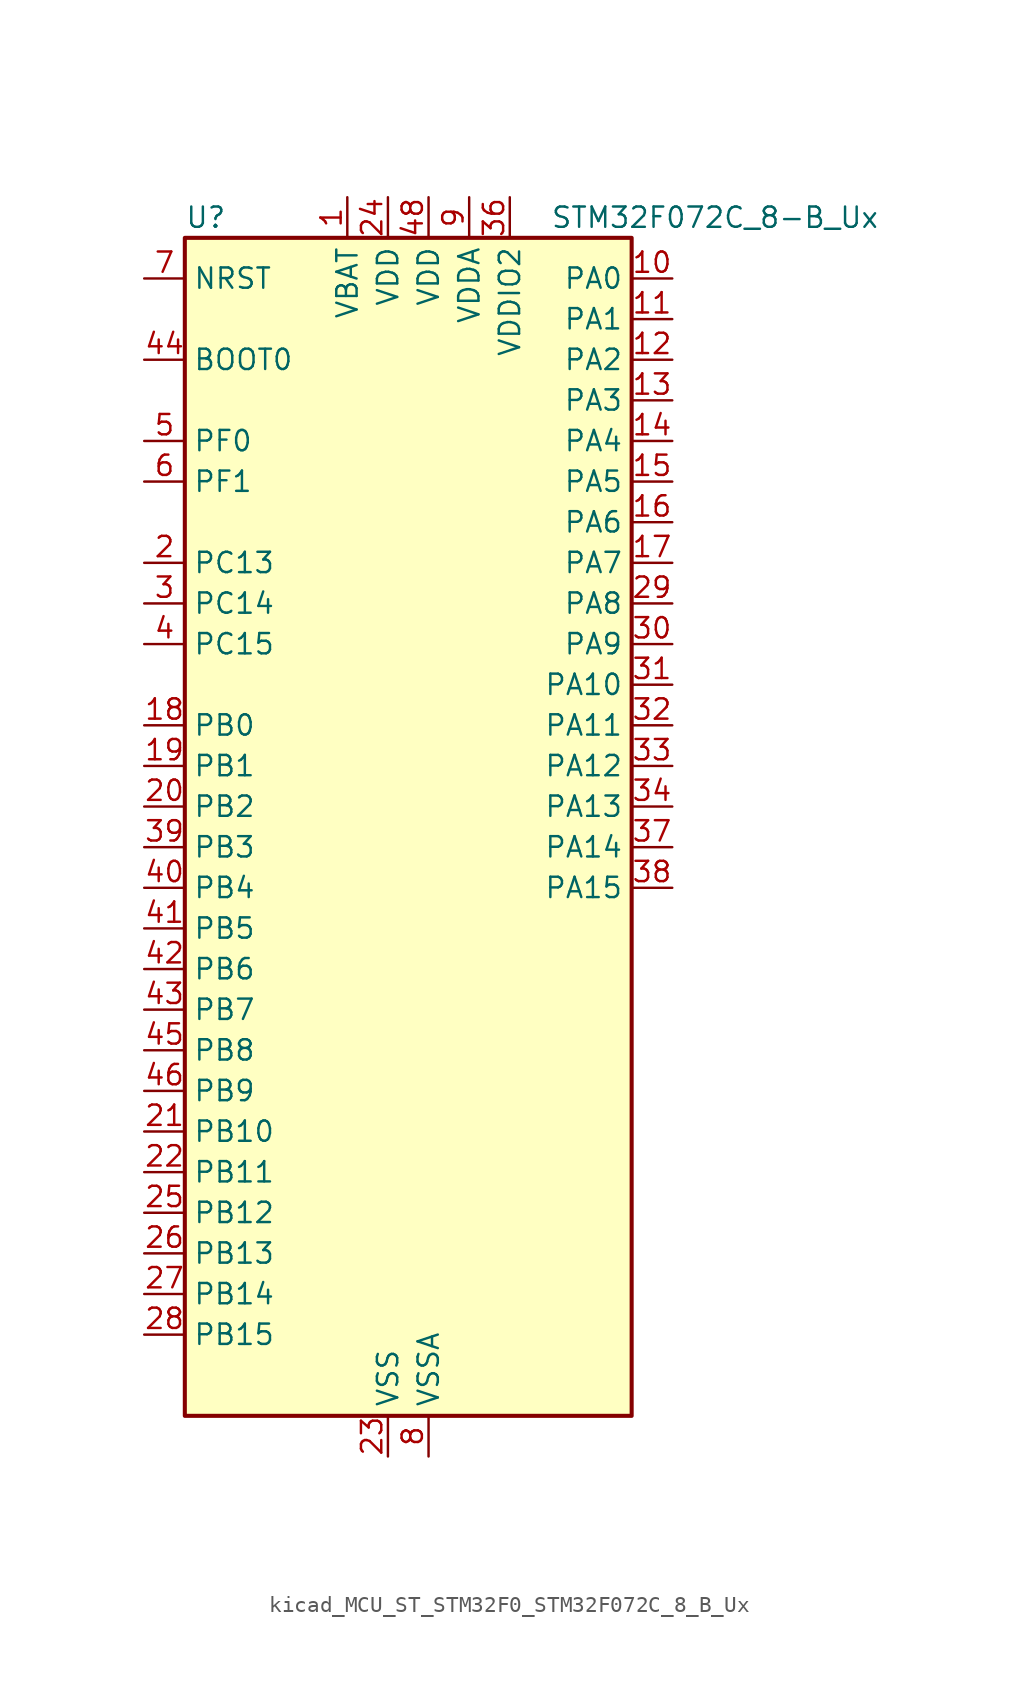
<source format=kicad_sym>
(kicad_symbol_lib
  (version 20220914)
  (generator kicad_symbol_editor)
  (symbol "kicad_MCU_ST_STM32F0_STM32F072C_8_B_Ux"
    (property "Reference" "U"
      (at -12.7 39.37 0)
      (effects (font (size 1.27 1.27)) (justify left)))
    (property "Value" "STM32F072C_8-B_Ux"
      (at 10.16 39.37 0)
      (effects (font (size 1.27 1.27)) (justify left)))
    (property "ki_locked" ""
      (at 0 0 0)
      (effects (font (size 1.27 1.27))))
    (symbol "kicad_MCU_ST_STM32F0_STM32F072C_8_B_Ux_0_1"
      (rectangle (start -12.7 -35.56) (end 15.24 38.1) (stroke (width 0.254) (type default)) (fill (type background))))
    (symbol "kicad_MCU_ST_STM32F0_STM32F072C_8_B_Ux_1_1"
      (pin power_in line (at -2.54 40.64 270) (length 2.54) (name "VBAT" (effects (font (size 1.27 1.27)))) (number "1" (effects (font (size 1.27 1.27)))))
      (pin bidirectional line (at 17.78 35.56 180) (length 2.54) (name "PA0" (effects (font (size 1.27 1.27)))) (number "10" (effects (font (size 1.27 1.27)))) (alternate "ADC_IN0" bidirectional line) (alternate "COMP1_INM" bidirectional line) (alternate "COMP1_OUT" bidirectional line) (alternate "RTC_TAMP2" bidirectional line) (alternate "SYS_WKUP1" bidirectional line) (alternate "TIM2_CH1" bidirectional line) (alternate "TIM2_ETR" bidirectional line) (alternate "TSC_G1_IO1" bidirectional line) (alternate "USART2_CTS" bidirectional line) (alternate "USART4_TX" bidirectional line))
      (pin bidirectional line (at 17.78 33.02 180) (length 2.54) (name "PA1" (effects (font (size 1.27 1.27)))) (number "11" (effects (font (size 1.27 1.27)))) (alternate "ADC_IN1" bidirectional line) (alternate "COMP1_INP" bidirectional line) (alternate "TIM15_CH1N" bidirectional line) (alternate "TIM2_CH2" bidirectional line) (alternate "TSC_G1_IO2" bidirectional line) (alternate "USART2_DE" bidirectional line) (alternate "USART2_RTS" bidirectional line) (alternate "USART4_RX" bidirectional line))
      (pin bidirectional line (at 17.78 30.48 180) (length 2.54) (name "PA2" (effects (font (size 1.27 1.27)))) (number "12" (effects (font (size 1.27 1.27)))) (alternate "ADC_IN2" bidirectional line) (alternate "COMP2_INM" bidirectional line) (alternate "COMP2_OUT" bidirectional line) (alternate "SYS_WKUP4" bidirectional line) (alternate "TIM15_CH1" bidirectional line) (alternate "TIM2_CH3" bidirectional line) (alternate "TSC_G1_IO3" bidirectional line) (alternate "USART2_TX" bidirectional line))
      (pin bidirectional line (at 17.78 27.94 180) (length 2.54) (name "PA3" (effects (font (size 1.27 1.27)))) (number "13" (effects (font (size 1.27 1.27)))) (alternate "ADC_IN3" bidirectional line) (alternate "COMP2_INP" bidirectional line) (alternate "TIM15_CH2" bidirectional line) (alternate "TIM2_CH4" bidirectional line) (alternate "TSC_G1_IO4" bidirectional line) (alternate "USART2_RX" bidirectional line))
      (pin bidirectional line (at 17.78 25.4 180) (length 2.54) (name "PA4" (effects (font (size 1.27 1.27)))) (number "14" (effects (font (size 1.27 1.27)))) (alternate "ADC_IN4" bidirectional line) (alternate "COMP1_INM" bidirectional line) (alternate "COMP2_INM" bidirectional line) (alternate "DAC_OUT1" bidirectional line) (alternate "I2S1_WS" bidirectional line) (alternate "SPI1_NSS" bidirectional line) (alternate "TIM14_CH1" bidirectional line) (alternate "TSC_G2_IO1" bidirectional line) (alternate "USART2_CK" bidirectional line))
      (pin bidirectional line (at 17.78 22.86 180) (length 2.54) (name "PA5" (effects (font (size 1.27 1.27)))) (number "15" (effects (font (size 1.27 1.27)))) (alternate "ADC_IN5" bidirectional line) (alternate "CEC" bidirectional line) (alternate "COMP1_INM" bidirectional line) (alternate "COMP2_INM" bidirectional line) (alternate "DAC_OUT2" bidirectional line) (alternate "I2S1_CK" bidirectional line) (alternate "SPI1_SCK" bidirectional line) (alternate "TIM2_CH1" bidirectional line) (alternate "TIM2_ETR" bidirectional line) (alternate "TSC_G2_IO2" bidirectional line))
      (pin bidirectional line (at 17.78 20.32 180) (length 2.54) (name "PA6" (effects (font (size 1.27 1.27)))) (number "16" (effects (font (size 1.27 1.27)))) (alternate "ADC_IN6" bidirectional line) (alternate "COMP1_OUT" bidirectional line) (alternate "I2S1_MCK" bidirectional line) (alternate "SPI1_MISO" bidirectional line) (alternate "TIM16_CH1" bidirectional line) (alternate "TIM1_BKIN" bidirectional line) (alternate "TIM3_CH1" bidirectional line) (alternate "TSC_G2_IO3" bidirectional line) (alternate "USART3_CTS" bidirectional line))
      (pin bidirectional line (at 17.78 17.78 180) (length 2.54) (name "PA7" (effects (font (size 1.27 1.27)))) (number "17" (effects (font (size 1.27 1.27)))) (alternate "ADC_IN7" bidirectional line) (alternate "COMP2_OUT" bidirectional line) (alternate "I2S1_SD" bidirectional line) (alternate "SPI1_MOSI" bidirectional line) (alternate "TIM14_CH1" bidirectional line) (alternate "TIM17_CH1" bidirectional line) (alternate "TIM1_CH1N" bidirectional line) (alternate "TIM3_CH2" bidirectional line) (alternate "TSC_G2_IO4" bidirectional line))
      (pin bidirectional line (at -15.24 7.62 0) (length 2.54) (name "PB0" (effects (font (size 1.27 1.27)))) (number "18" (effects (font (size 1.27 1.27)))) (alternate "ADC_IN8" bidirectional line) (alternate "TIM1_CH2N" bidirectional line) (alternate "TIM3_CH3" bidirectional line) (alternate "TSC_G3_IO2" bidirectional line) (alternate "USART3_CK" bidirectional line))
      (pin bidirectional line (at -15.24 5.08 0) (length 2.54) (name "PB1" (effects (font (size 1.27 1.27)))) (number "19" (effects (font (size 1.27 1.27)))) (alternate "ADC_IN9" bidirectional line) (alternate "TIM14_CH1" bidirectional line) (alternate "TIM1_CH3N" bidirectional line) (alternate "TIM3_CH4" bidirectional line) (alternate "TSC_G3_IO3" bidirectional line) (alternate "USART3_DE" bidirectional line) (alternate "USART3_RTS" bidirectional line))
      (pin bidirectional line (at -15.24 17.78 0) (length 2.54) (name "PC13" (effects (font (size 1.27 1.27)))) (number "2" (effects (font (size 1.27 1.27)))) (alternate "RTC_OUT_ALARM" bidirectional line) (alternate "RTC_OUT_CALIB" bidirectional line) (alternate "RTC_TAMP1" bidirectional line) (alternate "RTC_TS" bidirectional line) (alternate "SYS_WKUP2" bidirectional line))
      (pin bidirectional line (at -15.24 2.54 0) (length 2.54) (name "PB2" (effects (font (size 1.27 1.27)))) (number "20" (effects (font (size 1.27 1.27)))) (alternate "TSC_G3_IO4" bidirectional line))
      (pin bidirectional line (at -15.24 -17.78 0) (length 2.54) (name "PB10" (effects (font (size 1.27 1.27)))) (number "21" (effects (font (size 1.27 1.27)))) (alternate "CEC" bidirectional line) (alternate "I2C2_SCL" bidirectional line) (alternate "I2S2_CK" bidirectional line) (alternate "SPI2_SCK" bidirectional line) (alternate "TIM2_CH3" bidirectional line) (alternate "TSC_SYNC" bidirectional line) (alternate "USART3_TX" bidirectional line))
      (pin bidirectional line (at -15.24 -20.32 0) (length 2.54) (name "PB11" (effects (font (size 1.27 1.27)))) (number "22" (effects (font (size 1.27 1.27)))) (alternate "I2C2_SDA" bidirectional line) (alternate "TIM2_CH4" bidirectional line) (alternate "TSC_G6_IO1" bidirectional line) (alternate "USART3_RX" bidirectional line))
      (pin power_in line (at 0 -38.1 90) (length 2.54) (name "VSS" (effects (font (size 1.27 1.27)))) (number "23" (effects (font (size 1.27 1.27)))))
      (pin power_in line (at 0 40.64 270) (length 2.54) (name "VDD" (effects (font (size 1.27 1.27)))) (number "24" (effects (font (size 1.27 1.27)))))
      (pin bidirectional line (at -15.24 -22.86 0) (length 2.54) (name "PB12" (effects (font (size 1.27 1.27)))) (number "25" (effects (font (size 1.27 1.27)))) (alternate "I2S2_WS" bidirectional line) (alternate "SPI2_NSS" bidirectional line) (alternate "TIM15_BKIN" bidirectional line) (alternate "TIM1_BKIN" bidirectional line) (alternate "TSC_G6_IO2" bidirectional line) (alternate "USART3_CK" bidirectional line))
      (pin bidirectional line (at -15.24 -25.4 0) (length 2.54) (name "PB13" (effects (font (size 1.27 1.27)))) (number "26" (effects (font (size 1.27 1.27)))) (alternate "I2C2_SCL" bidirectional line) (alternate "I2S2_CK" bidirectional line) (alternate "SPI2_SCK" bidirectional line) (alternate "TIM1_CH1N" bidirectional line) (alternate "TSC_G6_IO3" bidirectional line) (alternate "USART3_CTS" bidirectional line))
      (pin bidirectional line (at -15.24 -27.94 0) (length 2.54) (name "PB14" (effects (font (size 1.27 1.27)))) (number "27" (effects (font (size 1.27 1.27)))) (alternate "I2C2_SDA" bidirectional line) (alternate "I2S2_MCK" bidirectional line) (alternate "SPI2_MISO" bidirectional line) (alternate "TIM15_CH1" bidirectional line) (alternate "TIM1_CH2N" bidirectional line) (alternate "TSC_G6_IO4" bidirectional line) (alternate "USART3_DE" bidirectional line) (alternate "USART3_RTS" bidirectional line))
      (pin bidirectional line (at -15.24 -30.48 0) (length 2.54) (name "PB15" (effects (font (size 1.27 1.27)))) (number "28" (effects (font (size 1.27 1.27)))) (alternate "I2S2_SD" bidirectional line) (alternate "RTC_REFIN" bidirectional line) (alternate "SPI2_MOSI" bidirectional line) (alternate "SYS_WKUP7" bidirectional line) (alternate "TIM15_CH1N" bidirectional line) (alternate "TIM15_CH2" bidirectional line) (alternate "TIM1_CH3N" bidirectional line))
      (pin bidirectional line (at 17.78 15.24 180) (length 2.54) (name "PA8" (effects (font (size 1.27 1.27)))) (number "29" (effects (font (size 1.27 1.27)))) (alternate "CRS_SYNC" bidirectional line) (alternate "RCC_MCO" bidirectional line) (alternate "TIM1_CH1" bidirectional line) (alternate "USART1_CK" bidirectional line))
      (pin bidirectional line (at -15.24 15.24 0) (length 2.54) (name "PC14" (effects (font (size 1.27 1.27)))) (number "3" (effects (font (size 1.27 1.27)))) (alternate "RCC_OSC32_IN" bidirectional line))
      (pin bidirectional line (at 17.78 12.7 180) (length 2.54) (name "PA9" (effects (font (size 1.27 1.27)))) (number "30" (effects (font (size 1.27 1.27)))) (alternate "DAC_EXTI9" bidirectional line) (alternate "TIM15_BKIN" bidirectional line) (alternate "TIM1_CH2" bidirectional line) (alternate "TSC_G4_IO1" bidirectional line) (alternate "USART1_TX" bidirectional line))
      (pin bidirectional line (at 17.78 10.16 180) (length 2.54) (name "PA10" (effects (font (size 1.27 1.27)))) (number "31" (effects (font (size 1.27 1.27)))) (alternate "TIM17_BKIN" bidirectional line) (alternate "TIM1_CH3" bidirectional line) (alternate "TSC_G4_IO2" bidirectional line) (alternate "USART1_RX" bidirectional line))
      (pin bidirectional line (at 17.78 7.62 180) (length 2.54) (name "PA11" (effects (font (size 1.27 1.27)))) (number "32" (effects (font (size 1.27 1.27)))) (alternate "CAN_RX" bidirectional line) (alternate "COMP1_OUT" bidirectional line) (alternate "TIM1_CH4" bidirectional line) (alternate "TSC_G4_IO3" bidirectional line) (alternate "USART1_CTS" bidirectional line) (alternate "USB_DM" bidirectional line))
      (pin bidirectional line (at 17.78 5.08 180) (length 2.54) (name "PA12" (effects (font (size 1.27 1.27)))) (number "33" (effects (font (size 1.27 1.27)))) (alternate "CAN_TX" bidirectional line) (alternate "COMP2_OUT" bidirectional line) (alternate "TIM1_ETR" bidirectional line) (alternate "TSC_G4_IO4" bidirectional line) (alternate "USART1_DE" bidirectional line) (alternate "USART1_RTS" bidirectional line) (alternate "USB_DP" bidirectional line))
      (pin bidirectional line (at 17.78 2.54 180) (length 2.54) (name "PA13" (effects (font (size 1.27 1.27)))) (number "34" (effects (font (size 1.27 1.27)))) (alternate "IR_OUT" bidirectional line) (alternate "SYS_SWDIO" bidirectional line) (alternate "USB_NOE" bidirectional line))
      (pin passive line (at 0 -38.1 90) (length 2.54) hide (name "VSS" (effects (font (size 1.27 1.27)))) (number "35" (effects (font (size 1.27 1.27)))))
      (pin power_in line (at 7.62 40.64 270) (length 2.54) (name "VDDIO2" (effects (font (size 1.27 1.27)))) (number "36" (effects (font (size 1.27 1.27)))))
      (pin bidirectional line (at 17.78 0 180) (length 2.54) (name "PA14" (effects (font (size 1.27 1.27)))) (number "37" (effects (font (size 1.27 1.27)))) (alternate "SYS_SWCLK" bidirectional line) (alternate "USART2_TX" bidirectional line))
      (pin bidirectional line (at 17.78 -2.54 180) (length 2.54) (name "PA15" (effects (font (size 1.27 1.27)))) (number "38" (effects (font (size 1.27 1.27)))) (alternate "I2S1_WS" bidirectional line) (alternate "SPI1_NSS" bidirectional line) (alternate "TIM2_CH1" bidirectional line) (alternate "TIM2_ETR" bidirectional line) (alternate "USART2_RX" bidirectional line) (alternate "USART4_DE" bidirectional line) (alternate "USART4_RTS" bidirectional line))
      (pin bidirectional line (at -15.24 0 0) (length 2.54) (name "PB3" (effects (font (size 1.27 1.27)))) (number "39" (effects (font (size 1.27 1.27)))) (alternate "I2S1_CK" bidirectional line) (alternate "SPI1_SCK" bidirectional line) (alternate "TIM2_CH2" bidirectional line) (alternate "TSC_G5_IO1" bidirectional line))
      (pin bidirectional line (at -15.24 12.7 0) (length 2.54) (name "PC15" (effects (font (size 1.27 1.27)))) (number "4" (effects (font (size 1.27 1.27)))) (alternate "RCC_OSC32_OUT" bidirectional line))
      (pin bidirectional line (at -15.24 -2.54 0) (length 2.54) (name "PB4" (effects (font (size 1.27 1.27)))) (number "40" (effects (font (size 1.27 1.27)))) (alternate "I2S1_MCK" bidirectional line) (alternate "SPI1_MISO" bidirectional line) (alternate "TIM17_BKIN" bidirectional line) (alternate "TIM3_CH1" bidirectional line) (alternate "TSC_G5_IO2" bidirectional line))
      (pin bidirectional line (at -15.24 -5.08 0) (length 2.54) (name "PB5" (effects (font (size 1.27 1.27)))) (number "41" (effects (font (size 1.27 1.27)))) (alternate "I2C1_SMBA" bidirectional line) (alternate "I2S1_SD" bidirectional line) (alternate "SPI1_MOSI" bidirectional line) (alternate "SYS_WKUP6" bidirectional line) (alternate "TIM16_BKIN" bidirectional line) (alternate "TIM3_CH2" bidirectional line))
      (pin bidirectional line (at -15.24 -7.62 0) (length 2.54) (name "PB6" (effects (font (size 1.27 1.27)))) (number "42" (effects (font (size 1.27 1.27)))) (alternate "I2C1_SCL" bidirectional line) (alternate "TIM16_CH1N" bidirectional line) (alternate "TSC_G5_IO3" bidirectional line) (alternate "USART1_TX" bidirectional line))
      (pin bidirectional line (at -15.24 -10.16 0) (length 2.54) (name "PB7" (effects (font (size 1.27 1.27)))) (number "43" (effects (font (size 1.27 1.27)))) (alternate "I2C1_SDA" bidirectional line) (alternate "TIM17_CH1N" bidirectional line) (alternate "TSC_G5_IO4" bidirectional line) (alternate "USART1_RX" bidirectional line) (alternate "USART4_CTS" bidirectional line))
      (pin input line (at -15.24 30.48 0) (length 2.54) (name "BOOT0" (effects (font (size 1.27 1.27)))) (number "44" (effects (font (size 1.27 1.27)))))
      (pin bidirectional line (at -15.24 -12.7 0) (length 2.54) (name "PB8" (effects (font (size 1.27 1.27)))) (number "45" (effects (font (size 1.27 1.27)))) (alternate "CAN_RX" bidirectional line) (alternate "CEC" bidirectional line) (alternate "I2C1_SCL" bidirectional line) (alternate "TIM16_CH1" bidirectional line) (alternate "TSC_SYNC" bidirectional line))
      (pin bidirectional line (at -15.24 -15.24 0) (length 2.54) (name "PB9" (effects (font (size 1.27 1.27)))) (number "46" (effects (font (size 1.27 1.27)))) (alternate "CAN_TX" bidirectional line) (alternate "DAC_EXTI9" bidirectional line) (alternate "I2C1_SDA" bidirectional line) (alternate "I2S2_WS" bidirectional line) (alternate "IR_OUT" bidirectional line) (alternate "SPI2_NSS" bidirectional line) (alternate "TIM17_CH1" bidirectional line))
      (pin passive line (at 0 -38.1 90) (length 2.54) hide (name "VSS" (effects (font (size 1.27 1.27)))) (number "47" (effects (font (size 1.27 1.27)))))
      (pin power_in line (at 2.54 40.64 270) (length 2.54) (name "VDD" (effects (font (size 1.27 1.27)))) (number "48" (effects (font (size 1.27 1.27)))))
      (pin passive line (at 0 -38.1 90) (length 2.54) hide (name "VSS" (effects (font (size 1.27 1.27)))) (number "49" (effects (font (size 1.27 1.27)))))
      (pin bidirectional line (at -15.24 25.4 0) (length 2.54) (name "PF0" (effects (font (size 1.27 1.27)))) (number "5" (effects (font (size 1.27 1.27)))) (alternate "CRS_SYNC" bidirectional line) (alternate "RCC_OSC_IN" bidirectional line))
      (pin bidirectional line (at -15.24 22.86 0) (length 2.54) (name "PF1" (effects (font (size 1.27 1.27)))) (number "6" (effects (font (size 1.27 1.27)))) (alternate "RCC_OSC_OUT" bidirectional line))
      (pin input line (at -15.24 35.56 0) (length 2.54) (name "NRST" (effects (font (size 1.27 1.27)))) (number "7" (effects (font (size 1.27 1.27)))))
      (pin power_in line (at 2.54 -38.1 90) (length 2.54) (name "VSSA" (effects (font (size 1.27 1.27)))) (number "8" (effects (font (size 1.27 1.27)))))
      (pin power_in line (at 5.08 40.64 270) (length 2.54) (name "VDDA" (effects (font (size 1.27 1.27)))) (number "9" (effects (font (size 1.27 1.27))))))))
</source>
